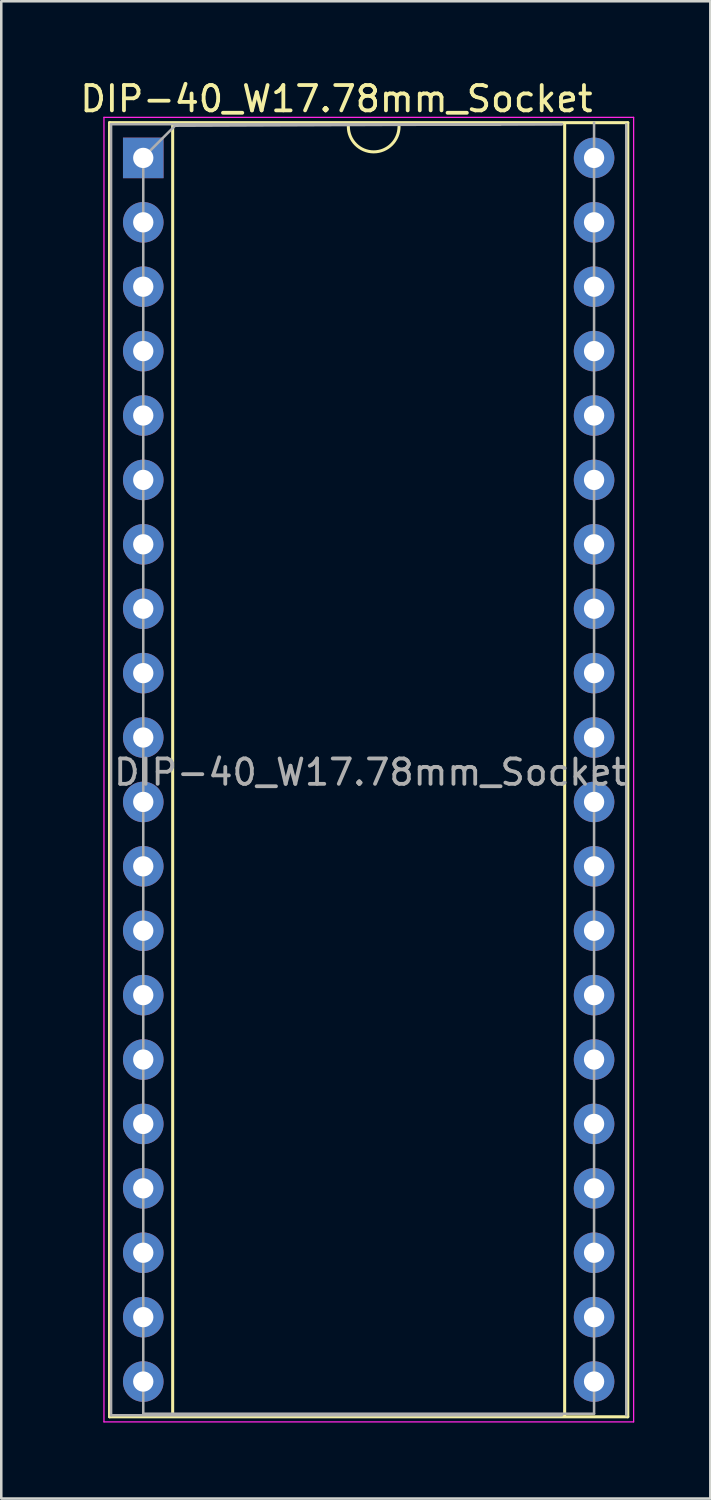
<source format=kicad_pcb>
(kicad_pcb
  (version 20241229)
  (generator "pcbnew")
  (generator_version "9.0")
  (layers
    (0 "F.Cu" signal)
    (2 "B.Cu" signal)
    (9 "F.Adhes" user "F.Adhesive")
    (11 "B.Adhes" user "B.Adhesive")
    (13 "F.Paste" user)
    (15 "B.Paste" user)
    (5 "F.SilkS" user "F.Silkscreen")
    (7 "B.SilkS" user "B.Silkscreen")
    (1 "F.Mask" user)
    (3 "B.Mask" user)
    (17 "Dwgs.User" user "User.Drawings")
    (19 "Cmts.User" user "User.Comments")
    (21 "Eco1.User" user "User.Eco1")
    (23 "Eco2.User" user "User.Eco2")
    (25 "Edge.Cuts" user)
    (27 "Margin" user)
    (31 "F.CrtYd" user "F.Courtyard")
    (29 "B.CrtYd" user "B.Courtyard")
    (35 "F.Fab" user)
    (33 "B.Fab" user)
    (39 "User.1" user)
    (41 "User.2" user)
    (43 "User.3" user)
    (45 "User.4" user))
  (footprint "DIP-40_W17.78mm_Socket"
    (layer "F.Cu")
    (at 2.6 3.178)
    (property "Reference" "DIP-40_W17.78mm_Socket" (at 7.62 -2.33 0) (layer "F.SilkS") (effects (font (size 1 1) (thickness 0.15))))
    (attr through_hole)
    (fp_line (start -1.33 -1.39) (end -1.33 49.65) (stroke (width 0.12) (type solid)) (layer "F.SilkS"))
    (fp_line (start -1.33 49.65) (end 19.11 49.65) (stroke (width 0.12) (type solid)) (layer "F.SilkS"))
    (fp_line (start 1.16 -1.33) (end 1.16 49.59) (stroke (width 0.12) (type solid)) (layer "F.SilkS"))
    (fp_line (start 1.16 49.59) (end 14.08 49.59) (stroke (width 0.12) (type solid)) (layer "F.SilkS"))
    (fp_line (start 6.62 -1.33) (end 1.16 -1.33) (stroke (width 0.12) (type solid)) (layer "F.SilkS"))
    (fp_line (start 14.08 -1.33) (end 8.62 -1.33) (stroke (width 0.12) (type solid)) (layer "F.SilkS"))
    (fp_line (start 16.62 49.59) (end 16.62 -1.33) (stroke (width 0.12) (type solid)) (layer "F.SilkS"))
    (fp_line (start 19.11 -1.39) (end -1.33 -1.39) (stroke (width 0.12) (type solid)) (layer "F.SilkS"))
    (fp_line (start 19.11 49.65) (end 19.11 -1.39) (stroke (width 0.12) (type solid)) (layer "F.SilkS"))
    (fp_arc (start 10.088365 -1.238311) (mid 9.088365 -0.238311) (end 8.088365 -1.238311) (stroke (width 0.12) (type solid)) (layer "F.SilkS"))
    (fp_line (start -1.55 -1.6) (end -1.55 49.85) (stroke (width 0.05) (type solid)) (layer "F.CrtYd"))
    (fp_line (start -1.55 49.85) (end 19.34 49.85) (stroke (width 0.05) (type solid)) (layer "F.CrtYd"))
    (fp_line (start 19.34 -1.6) (end -1.55 -1.6) (stroke (width 0.05) (type solid)) (layer "F.CrtYd"))
    (fp_line (start 19.34 49.85) (end 19.34 -1.6) (stroke (width 0.05) (type solid)) (layer "F.CrtYd"))
    (fp_line (start -1.27 -1.33) (end -1.27 49.59) (stroke (width 0.1) (type solid)) (layer "F.Fab"))
    (fp_line (start -1.27 49.59) (end 16.51 49.59) (stroke (width 0.1) (type solid)) (layer "F.Fab"))
    (fp_line (start 0 49.53) (end 0 -0.27) (stroke (width 0.1) (type solid)) (layer "F.Fab"))
    (fp_line (start 0.255 -0.27) (end 1.255 -1.27) (stroke (width 0.1) (type solid)) (layer "F.Fab"))
    (fp_line (start 1.255 -1.27) (end 16.51 -1.33) (stroke (width 0.1) (type solid)) (layer "F.Fab"))
    (fp_line (start 16.51 -1.33) (end -1.27 -1.33) (stroke (width 0.1) (type solid)) (layer "F.Fab"))
    (fp_line (start 17.78 -1.39) (end 17.78 49.53) (stroke (width 0.1) (type solid)) (layer "F.Fab"))
    (fp_line (start 17.78 49.53) (end 0 49.53) (stroke (width 0.1) (type solid)) (layer "F.Fab"))
    (fp_line (start 19.05 49.59) (end 19.05 -1.33) (stroke (width 0.1) (type solid)) (layer "F.Fab"))
    (fp_text user "${REFERENCE}" (at 8.949 24.231 0) (layer "F.Fab") (effects (font (size 1 1) (thickness 0.15))))
    (pad "1" thru_hole rect (at 0 0) (size 1.6 1.6) (drill 0.8) (layers "*.Cu" "*.Mask"))
    (pad "2" thru_hole oval (at 0 2.54) (size 1.6 1.6) (drill 0.8) (layers "*.Cu" "*.Mask"))
    (pad "3" thru_hole oval (at 0 5.08) (size 1.6 1.6) (drill 0.8) (layers "*.Cu" "*.Mask"))
    (pad "4" thru_hole oval (at 0 7.62) (size 1.6 1.6) (drill 0.8) (layers "*.Cu" "*.Mask"))
    (pad "5" thru_hole oval (at 0 10.16) (size 1.6 1.6) (drill 0.8) (layers "*.Cu" "*.Mask"))
    (pad "6" thru_hole oval (at 0 12.7) (size 1.6 1.6) (drill 0.8) (layers "*.Cu" "*.Mask"))
    (pad "7" thru_hole oval (at 0 15.24) (size 1.6 1.6) (drill 0.8) (layers "*.Cu" "*.Mask"))
    (pad "8" thru_hole oval (at 0 17.78) (size 1.6 1.6) (drill 0.8) (layers "*.Cu" "*.Mask"))
    (pad "9" thru_hole oval (at 0 20.32) (size 1.6 1.6) (drill 0.8) (layers "*.Cu" "*.Mask"))
    (pad "10" thru_hole oval (at 0 22.86) (size 1.6 1.6) (drill 0.8) (layers "*.Cu" "*.Mask"))
    (pad "11" thru_hole oval (at 0 25.4) (size 1.6 1.6) (drill 0.8) (layers "*.Cu" "*.Mask"))
    (pad "12" thru_hole oval (at 0 27.94) (size 1.6 1.6) (drill 0.8) (layers "*.Cu" "*.Mask"))
    (pad "13" thru_hole oval (at 0 30.48) (size 1.6 1.6) (drill 0.8) (layers "*.Cu" "*.Mask"))
    (pad "14" thru_hole oval (at 0 33.02) (size 1.6 1.6) (drill 0.8) (layers "*.Cu" "*.Mask"))
    (pad "15" thru_hole oval (at 0 35.56) (size 1.6 1.6) (drill 0.8) (layers "*.Cu" "*.Mask"))
    (pad "16" thru_hole oval (at 0 38.1) (size 1.6 1.6) (drill 0.8) (layers "*.Cu" "*.Mask"))
    (pad "17" thru_hole oval (at 0 40.64) (size 1.6 1.6) (drill 0.8) (layers "*.Cu" "*.Mask"))
    (pad "18" thru_hole oval (at 0 43.18) (size 1.6 1.6) (drill 0.8) (layers "*.Cu" "*.Mask"))
    (pad "19" thru_hole oval (at 0 45.72) (size 1.6 1.6) (drill 0.8) (layers "*.Cu" "*.Mask"))
    (pad "20" thru_hole oval (at 0 48.26) (size 1.6 1.6) (drill 0.8) (layers "*.Cu" "*.Mask"))
    (pad "21" thru_hole oval (at 17.78 48.26) (size 1.6 1.6) (drill 0.8) (layers "*.Cu" "*.Mask"))
    (pad "22" thru_hole oval (at 17.78 45.72) (size 1.6 1.6) (drill 0.8) (layers "*.Cu" "*.Mask"))
    (pad "23" thru_hole oval (at 17.78 43.18) (size 1.6 1.6) (drill 0.8) (layers "*.Cu" "*.Mask"))
    (pad "24" thru_hole oval (at 17.78 40.64) (size 1.6 1.6) (drill 0.8) (layers "*.Cu" "*.Mask"))
    (pad "25" thru_hole oval (at 17.78 38.1) (size 1.6 1.6) (drill 0.8) (layers "*.Cu" "*.Mask"))
    (pad "26" thru_hole oval (at 17.78 35.56) (size 1.6 1.6) (drill 0.8) (layers "*.Cu" "*.Mask"))
    (pad "27" thru_hole oval (at 17.78 33.02) (size 1.6 1.6) (drill 0.8) (layers "*.Cu" "*.Mask"))
    (pad "28" thru_hole oval (at 17.78 30.48) (size 1.6 1.6) (drill 0.8) (layers "*.Cu" "*.Mask"))
    (pad "29" thru_hole oval (at 17.78 27.94) (size 1.6 1.6) (drill 0.8) (layers "*.Cu" "*.Mask"))
    (pad "30" thru_hole oval (at 17.78 25.4) (size 1.6 1.6) (drill 0.8) (layers "*.Cu" "*.Mask"))
    (pad "31" thru_hole oval (at 17.78 22.86) (size 1.6 1.6) (drill 0.8) (layers "*.Cu" "*.Mask"))
    (pad "32" thru_hole oval (at 17.78 20.32) (size 1.6 1.6) (drill 0.8) (layers "*.Cu" "*.Mask"))
    (pad "33" thru_hole oval (at 17.78 17.78) (size 1.6 1.6) (drill 0.8) (layers "*.Cu" "*.Mask"))
    (pad "34" thru_hole oval (at 17.78 15.24) (size 1.6 1.6) (drill 0.8) (layers "*.Cu" "*.Mask"))
    (pad "35" thru_hole oval (at 17.78 12.7) (size 1.6 1.6) (drill 0.8) (layers "*.Cu" "*.Mask"))
    (pad "36" thru_hole oval (at 17.78 10.16) (size 1.6 1.6) (drill 0.8) (layers "*.Cu" "*.Mask"))
    (pad "37" thru_hole oval (at 17.78 7.62) (size 1.6 1.6) (drill 0.8) (layers "*.Cu" "*.Mask"))
    (pad "38" thru_hole oval (at 17.78 5.08) (size 1.6 1.6) (drill 0.8) (layers "*.Cu" "*.Mask"))
    (pad "39" thru_hole oval (at 17.78 2.54) (size 1.6 1.6) (drill 0.8) (layers "*.Cu" "*.Mask"))
    (pad "40" thru_hole oval (at 17.78 0) (size 1.6 1.6) (drill 0.8) (layers "*.Cu" "*.Mask")))
  (gr_rect
    (start -3 -3)
    (end 24.965 56.053)
    (stroke (width 0.1) (type default))
    (fill no)
    (layer "Edge.Cuts")))
</source>
